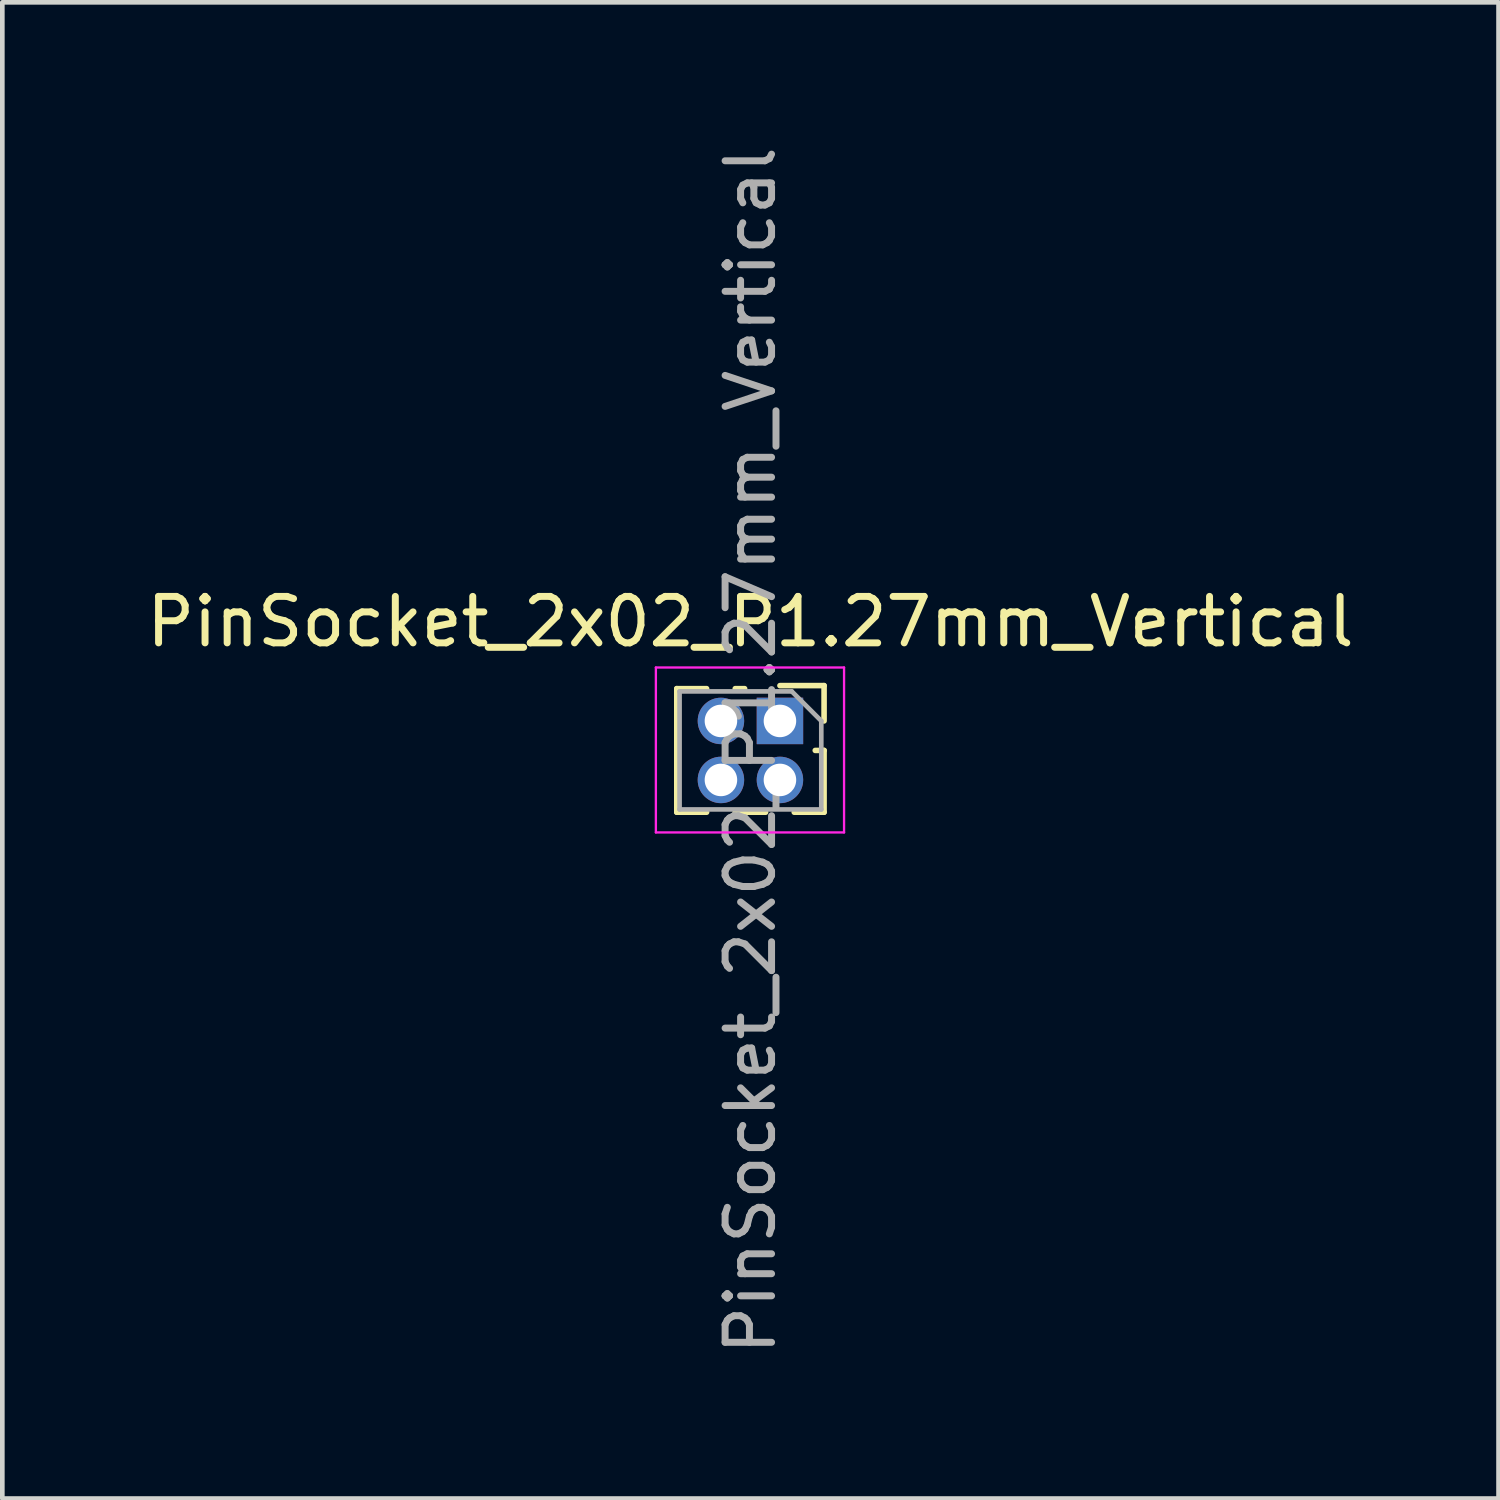
<source format=kicad_pcb>
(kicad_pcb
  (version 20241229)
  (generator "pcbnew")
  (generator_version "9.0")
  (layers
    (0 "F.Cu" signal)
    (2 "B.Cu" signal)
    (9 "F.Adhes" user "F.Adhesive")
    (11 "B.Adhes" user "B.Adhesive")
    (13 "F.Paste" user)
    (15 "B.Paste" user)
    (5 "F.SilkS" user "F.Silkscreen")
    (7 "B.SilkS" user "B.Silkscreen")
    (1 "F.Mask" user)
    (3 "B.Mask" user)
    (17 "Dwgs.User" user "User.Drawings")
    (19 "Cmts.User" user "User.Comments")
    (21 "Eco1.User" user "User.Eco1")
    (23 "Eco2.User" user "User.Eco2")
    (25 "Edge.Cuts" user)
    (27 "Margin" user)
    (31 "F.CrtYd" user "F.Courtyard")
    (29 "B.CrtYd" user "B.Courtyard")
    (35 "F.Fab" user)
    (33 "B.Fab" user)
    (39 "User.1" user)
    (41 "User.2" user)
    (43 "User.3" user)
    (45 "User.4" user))
  (footprint "PinSocket_2x02_P1.27mm_Vertical"
    (layer "F.Cu")
    (at 13.736 12.466)
    (property "Reference" "PinSocket_2x02_P1.27mm_Vertical" (at -0.635 -2.135 0) (layer "F.SilkS") (effects (font (size 1 1) (thickness 0.15))))
    (attr through_hole)
    (fp_line (start -2.22 -0.695) (end -2.22 1.965) (stroke (width 0.12) (type solid)) (layer "F.SilkS"))
    (fp_line (start -2.22 -0.695) (end -1.578 -0.695) (stroke (width 0.12) (type solid)) (layer "F.SilkS"))
    (fp_line (start -2.22 1.965) (end -1.578 1.965) (stroke (width 0.12) (type solid)) (layer "F.SilkS"))
    (fp_line (start -0.962 -0.695) (end -0.76 -0.695) (stroke (width 0.12) (type solid)) (layer "F.SilkS"))
    (fp_line (start -0.962 1.965) (end -0.308 1.965) (stroke (width 0.12) (type solid)) (layer "F.SilkS"))
    (fp_line (start 0 -0.76) (end 0.95 -0.76) (stroke (width 0.12) (type solid)) (layer "F.SilkS"))
    (fp_line (start 0.308 1.965) (end 0.95 1.965) (stroke (width 0.12) (type solid)) (layer "F.SilkS"))
    (fp_line (start 0.76 0.635) (end 0.95 0.635) (stroke (width 0.12) (type solid)) (layer "F.SilkS"))
    (fp_line (start 0.95 -0.76) (end 0.95 0) (stroke (width 0.12) (type solid)) (layer "F.SilkS"))
    (fp_line (start 0.95 0.635) (end 0.95 1.965) (stroke (width 0.12) (type solid)) (layer "F.SilkS"))
    (fp_line (start -2.67 -1.15) (end 1.38 -1.15) (stroke (width 0.05) (type solid)) (layer "F.CrtYd"))
    (fp_line (start -2.67 2.4) (end -2.67 -1.15) (stroke (width 0.05) (type solid)) (layer "F.CrtYd"))
    (fp_line (start 1.38 -1.15) (end 1.38 2.4) (stroke (width 0.05) (type solid)) (layer "F.CrtYd"))
    (fp_line (start 1.38 2.4) (end -2.67 2.4) (stroke (width 0.05) (type solid)) (layer "F.CrtYd"))
    (fp_line (start -2.16 -0.635) (end 0.255 -0.635) (stroke (width 0.1) (type solid)) (layer "F.Fab"))
    (fp_line (start -2.16 1.905) (end -2.16 -0.635) (stroke (width 0.1) (type solid)) (layer "F.Fab"))
    (fp_line (start 0.255 -0.635) (end 0.89 0) (stroke (width 0.1) (type solid)) (layer "F.Fab"))
    (fp_line (start 0.89 0) (end 0.89 1.905) (stroke (width 0.1) (type solid)) (layer "F.Fab"))
    (fp_line (start 0.89 1.905) (end -2.16 1.905) (stroke (width 0.1) (type solid)) (layer "F.Fab"))
    (fp_text user "${REFERENCE}" (at -0.635 0.635 90) (layer "F.Fab") (effects (font (size 1 1) (thickness 0.15))))
    (pad "1" thru_hole rect (at 0 0) (size 1 1) (drill 0.7) (layers "*.Cu" "*.Mask"))
    (pad "2" thru_hole oval (at -1.27 0) (size 1 1) (drill 0.7) (layers "*.Cu" "*.Mask"))
    (pad "3" thru_hole oval (at 0 1.27) (size 1 1) (drill 0.7) (layers "*.Cu" "*.Mask"))
    (pad "4" thru_hole oval (at -1.27 1.27) (size 1 1) (drill 0.7) (layers "*.Cu" "*.Mask")))
  (gr_rect
    (start -3 -3)
    (end 29.202 29.202)
    (stroke (width 0.1) (type default))
    (fill no)
    (layer "Edge.Cuts")))
</source>
